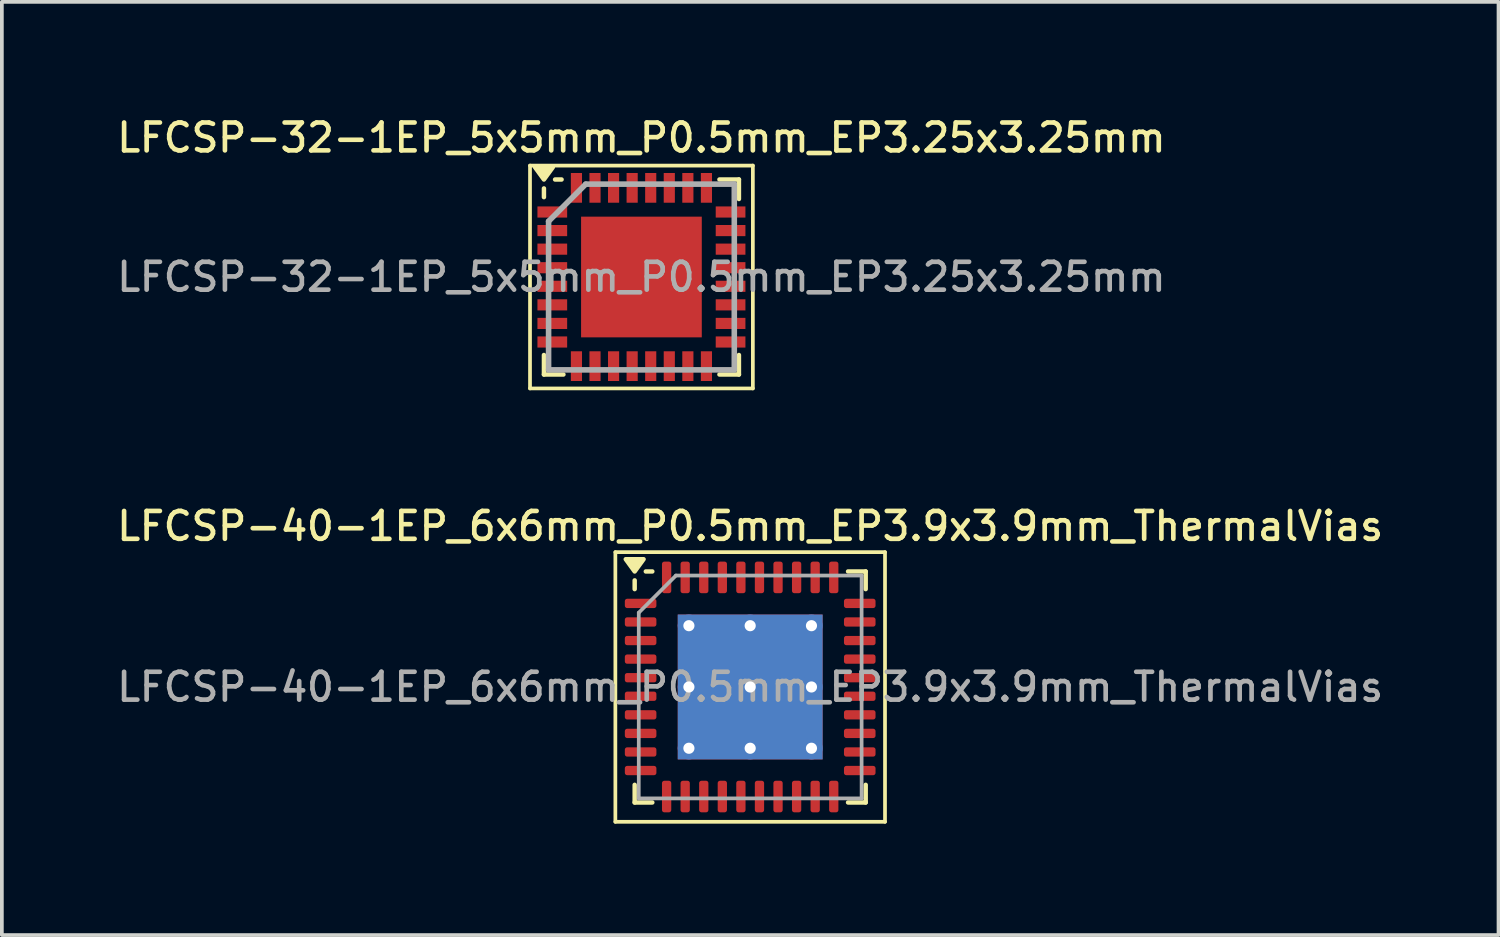
<source format=kicad_pcb>
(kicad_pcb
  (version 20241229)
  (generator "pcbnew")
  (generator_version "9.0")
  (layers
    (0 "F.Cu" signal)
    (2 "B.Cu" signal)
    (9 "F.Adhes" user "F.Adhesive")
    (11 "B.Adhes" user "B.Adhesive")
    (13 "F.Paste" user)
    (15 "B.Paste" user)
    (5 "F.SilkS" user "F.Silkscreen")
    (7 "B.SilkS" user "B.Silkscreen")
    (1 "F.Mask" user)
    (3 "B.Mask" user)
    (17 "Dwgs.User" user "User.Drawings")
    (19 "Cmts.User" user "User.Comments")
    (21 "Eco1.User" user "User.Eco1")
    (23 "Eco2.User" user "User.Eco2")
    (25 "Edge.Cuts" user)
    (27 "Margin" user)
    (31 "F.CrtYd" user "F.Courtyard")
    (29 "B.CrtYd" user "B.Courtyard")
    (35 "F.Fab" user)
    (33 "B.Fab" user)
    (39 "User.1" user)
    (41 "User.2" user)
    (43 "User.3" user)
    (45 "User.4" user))
  (footprint "LFCSP-40-1EP_6x6mm_P0.5mm_EP3.9x3.9mm_ThermalVias"
    (layer "F.Cu")
    (at 17.148 15.446)
    (property "Reference" "LFCSP-40-1EP_6x6mm_P0.5mm_EP3.9x3.9mm_ThermalVias" (at 0 -4.33 0) (layer "F.SilkS") (effects (font (size 0.75 0.75) (thickness 0.125))))
    (attr smd)
    (fp_line (start -3.63 -3.63) (end -3.63 3.63) (stroke (width 0.1) (type solid)) (layer "F.SilkS"))
    (fp_line (start -3.63 3.63) (end 3.63 3.63) (stroke (width 0.1) (type solid)) (layer "F.SilkS"))
    (fp_line (start -3.11 -2.635) (end -3.11 -2.87) (stroke (width 0.12) (type solid)) (layer "F.SilkS"))
    (fp_line (start -3.11 3.11) (end -3.11 2.635) (stroke (width 0.12) (type solid)) (layer "F.SilkS"))
    (fp_line (start -2.635 -3.11) (end -2.81 -3.11) (stroke (width 0.12) (type solid)) (layer "F.SilkS"))
    (fp_line (start -2.635 3.11) (end -3.11 3.11) (stroke (width 0.12) (type solid)) (layer "F.SilkS"))
    (fp_line (start 2.635 -3.11) (end 3.11 -3.11) (stroke (width 0.12) (type solid)) (layer "F.SilkS"))
    (fp_line (start 2.635 3.11) (end 3.11 3.11) (stroke (width 0.12) (type solid)) (layer "F.SilkS"))
    (fp_line (start 3.11 -3.11) (end 3.11 -2.635) (stroke (width 0.12) (type solid)) (layer "F.SilkS"))
    (fp_line (start 3.11 3.11) (end 3.11 2.635) (stroke (width 0.12) (type solid)) (layer "F.SilkS"))
    (fp_line (start 3.63 -3.63) (end -3.63 -3.63) (stroke (width 0.1) (type solid)) (layer "F.SilkS"))
    (fp_line (start 3.63 3.63) (end 3.63 -3.63) (stroke (width 0.1) (type solid)) (layer "F.SilkS"))
    (fp_poly (pts (xy -3.11 -3.11) (xy -3.35 -3.44) (xy -2.87 -3.44) (xy -3.11 -3.11)) (stroke (width 0.12) (type solid)) (fill yes) (layer "F.SilkS"))
    (fp_line (start -3 -2) (end -2 -3) (stroke (width 0.1) (type solid)) (layer "F.Fab"))
    (fp_line (start -3 3) (end -3 -2) (stroke (width 0.1) (type solid)) (layer "F.Fab"))
    (fp_line (start -2 -3) (end 3 -3) (stroke (width 0.1) (type solid)) (layer "F.Fab"))
    (fp_line (start 3 -3) (end 3 3) (stroke (width 0.1) (type solid)) (layer "F.Fab"))
    (fp_line (start 3 3) (end -3 3) (stroke (width 0.1) (type solid)) (layer "F.Fab"))
    (fp_text user "${REFERENCE}" (at 0 0 0) (layer "F.Fab") (effects (font (size 0.75 0.75) (thickness 0.125))))
    (pad "" smd custom (at -0.825 -0.825) (size 1.395 1.395) (layers "F.Paste") (options (anchor circle)) (primitives (gr_poly (pts (xy -0.579 -0.383) (xy -0.383 -0.579) (xy 0.383 -0.579) (xy 0.579 -0.383) (xy 0.579 0.383) (xy 0.383 0.579) (xy -0.383 0.579) (xy -0.579 0.383)) (width 0.474) (fill yes))))
    (pad "" smd custom (at -0.825 0.825) (size 1.395 1.395) (layers "F.Paste") (options (anchor circle)) (primitives (gr_poly (pts (xy -0.579 -0.383) (xy -0.383 -0.579) (xy 0.383 -0.579) (xy 0.579 -0.383) (xy 0.579 0.383) (xy 0.383 0.579) (xy -0.383 0.579) (xy -0.579 0.383)) (width 0.474) (fill yes))))
    (pad "" smd custom (at 0.825 -0.825) (size 1.395 1.395) (layers "F.Paste") (options (anchor circle)) (primitives (gr_poly (pts (xy -0.579 -0.383) (xy -0.383 -0.579) (xy 0.383 -0.579) (xy 0.579 -0.383) (xy 0.579 0.383) (xy 0.383 0.579) (xy -0.383 0.579) (xy -0.579 0.383)) (width 0.474) (fill yes))))
    (pad "" smd custom (at 0.825 0.825) (size 1.395 1.395) (layers "F.Paste") (options (anchor circle)) (primitives (gr_poly (pts (xy -0.579 -0.383) (xy -0.383 -0.579) (xy 0.383 -0.579) (xy 0.579 -0.383) (xy 0.579 0.383) (xy 0.383 0.579) (xy -0.383 0.579) (xy -0.579 0.383)) (width 0.474) (fill yes))))
    (pad "1" smd roundrect (at -2.95 -2.25) (size 0.85 0.25) (layers "F.Cu" "F.Mask" "F.Paste") (roundrect_rratio 0.25))
    (pad "2" smd roundrect (at -2.95 -1.75) (size 0.85 0.25) (layers "F.Cu" "F.Mask" "F.Paste") (roundrect_rratio 0.25))
    (pad "3" smd roundrect (at -2.95 -1.25) (size 0.85 0.25) (layers "F.Cu" "F.Mask" "F.Paste") (roundrect_rratio 0.25))
    (pad "4" smd roundrect (at -2.95 -0.75) (size 0.85 0.25) (layers "F.Cu" "F.Mask" "F.Paste") (roundrect_rratio 0.25))
    (pad "5" smd roundrect (at -2.95 -0.25) (size 0.85 0.25) (layers "F.Cu" "F.Mask" "F.Paste") (roundrect_rratio 0.25))
    (pad "6" smd roundrect (at -2.95 0.25) (size 0.85 0.25) (layers "F.Cu" "F.Mask" "F.Paste") (roundrect_rratio 0.25))
    (pad "7" smd roundrect (at -2.95 0.75) (size 0.85 0.25) (layers "F.Cu" "F.Mask" "F.Paste") (roundrect_rratio 0.25))
    (pad "8" smd roundrect (at -2.95 1.25) (size 0.85 0.25) (layers "F.Cu" "F.Mask" "F.Paste") (roundrect_rratio 0.25))
    (pad "9" smd roundrect (at -2.95 1.75) (size 0.85 0.25) (layers "F.Cu" "F.Mask" "F.Paste") (roundrect_rratio 0.25))
    (pad "10" smd roundrect (at -2.95 2.25) (size 0.85 0.25) (layers "F.Cu" "F.Mask" "F.Paste") (roundrect_rratio 0.25))
    (pad "11" smd roundrect (at -2.25 2.95) (size 0.25 0.85) (layers "F.Cu" "F.Mask" "F.Paste") (roundrect_rratio 0.25))
    (pad "12" smd roundrect (at -1.75 2.95) (size 0.25 0.85) (layers "F.Cu" "F.Mask" "F.Paste") (roundrect_rratio 0.25))
    (pad "13" smd roundrect (at -1.25 2.95) (size 0.25 0.85) (layers "F.Cu" "F.Mask" "F.Paste") (roundrect_rratio 0.25))
    (pad "14" smd roundrect (at -0.75 2.95) (size 0.25 0.85) (layers "F.Cu" "F.Mask" "F.Paste") (roundrect_rratio 0.25))
    (pad "15" smd roundrect (at -0.25 2.95) (size 0.25 0.85) (layers "F.Cu" "F.Mask" "F.Paste") (roundrect_rratio 0.25))
    (pad "16" smd roundrect (at 0.25 2.95) (size 0.25 0.85) (layers "F.Cu" "F.Mask" "F.Paste") (roundrect_rratio 0.25))
    (pad "17" smd roundrect (at 0.75 2.95) (size 0.25 0.85) (layers "F.Cu" "F.Mask" "F.Paste") (roundrect_rratio 0.25))
    (pad "18" smd roundrect (at 1.25 2.95) (size 0.25 0.85) (layers "F.Cu" "F.Mask" "F.Paste") (roundrect_rratio 0.25))
    (pad "19" smd roundrect (at 1.75 2.95) (size 0.25 0.85) (layers "F.Cu" "F.Mask" "F.Paste") (roundrect_rratio 0.25))
    (pad "20" smd roundrect (at 2.25 2.95) (size 0.25 0.85) (layers "F.Cu" "F.Mask" "F.Paste") (roundrect_rratio 0.25))
    (pad "21" smd roundrect (at 2.95 2.25) (size 0.85 0.25) (layers "F.Cu" "F.Mask" "F.Paste") (roundrect_rratio 0.25))
    (pad "22" smd roundrect (at 2.95 1.75) (size 0.85 0.25) (layers "F.Cu" "F.Mask" "F.Paste") (roundrect_rratio 0.25))
    (pad "23" smd roundrect (at 2.95 1.25) (size 0.85 0.25) (layers "F.Cu" "F.Mask" "F.Paste") (roundrect_rratio 0.25))
    (pad "24" smd roundrect (at 2.95 0.75) (size 0.85 0.25) (layers "F.Cu" "F.Mask" "F.Paste") (roundrect_rratio 0.25))
    (pad "25" smd roundrect (at 2.95 0.25) (size 0.85 0.25) (layers "F.Cu" "F.Mask" "F.Paste") (roundrect_rratio 0.25))
    (pad "26" smd roundrect (at 2.95 -0.25) (size 0.85 0.25) (layers "F.Cu" "F.Mask" "F.Paste") (roundrect_rratio 0.25))
    (pad "27" smd roundrect (at 2.95 -0.75) (size 0.85 0.25) (layers "F.Cu" "F.Mask" "F.Paste") (roundrect_rratio 0.25))
    (pad "28" smd roundrect (at 2.95 -1.25) (size 0.85 0.25) (layers "F.Cu" "F.Mask" "F.Paste") (roundrect_rratio 0.25))
    (pad "29" smd roundrect (at 2.95 -1.75) (size 0.85 0.25) (layers "F.Cu" "F.Mask" "F.Paste") (roundrect_rratio 0.25))
    (pad "30" smd roundrect (at 2.95 -2.25) (size 0.85 0.25) (layers "F.Cu" "F.Mask" "F.Paste") (roundrect_rratio 0.25))
    (pad "31" smd roundrect (at 2.25 -2.95) (size 0.25 0.85) (layers "F.Cu" "F.Mask" "F.Paste") (roundrect_rratio 0.25))
    (pad "32" smd roundrect (at 1.75 -2.95) (size 0.25 0.85) (layers "F.Cu" "F.Mask" "F.Paste") (roundrect_rratio 0.25))
    (pad "33" smd roundrect (at 1.25 -2.95) (size 0.25 0.85) (layers "F.Cu" "F.Mask" "F.Paste") (roundrect_rratio 0.25))
    (pad "34" smd roundrect (at 0.75 -2.95) (size 0.25 0.85) (layers "F.Cu" "F.Mask" "F.Paste") (roundrect_rratio 0.25))
    (pad "35" smd roundrect (at 0.25 -2.95) (size 0.25 0.85) (layers "F.Cu" "F.Mask" "F.Paste") (roundrect_rratio 0.25))
    (pad "36" smd roundrect (at -0.25 -2.95) (size 0.25 0.85) (layers "F.Cu" "F.Mask" "F.Paste") (roundrect_rratio 0.25))
    (pad "37" smd roundrect (at -0.75 -2.95) (size 0.25 0.85) (layers "F.Cu" "F.Mask" "F.Paste") (roundrect_rratio 0.25))
    (pad "38" smd roundrect (at -1.25 -2.95) (size 0.25 0.85) (layers "F.Cu" "F.Mask" "F.Paste") (roundrect_rratio 0.25))
    (pad "39" smd roundrect (at -1.75 -2.95) (size 0.25 0.85) (layers "F.Cu" "F.Mask" "F.Paste") (roundrect_rratio 0.25))
    (pad "40" smd roundrect (at -2.25 -2.95) (size 0.25 0.85) (layers "F.Cu" "F.Mask" "F.Paste") (roundrect_rratio 0.25))
    (pad "41" thru_hole circle (at -1.65 -1.65) (size 0.6 0.6) (drill 0.3) (property pad_prop_heatsink) (layers "*.Cu"))
    (pad "41" thru_hole circle (at -1.65 0) (size 0.6 0.6) (drill 0.3) (property pad_prop_heatsink) (layers "*.Cu"))
    (pad "41" thru_hole circle (at -1.65 1.65) (size 0.6 0.6) (drill 0.3) (property pad_prop_heatsink) (layers "*.Cu"))
    (pad "41" thru_hole circle (at 0 -1.65) (size 0.6 0.6) (drill 0.3) (property pad_prop_heatsink) (layers "*.Cu"))
    (pad "41" thru_hole circle (at 0 0) (size 0.6 0.6) (drill 0.3) (property pad_prop_heatsink) (layers "*.Cu"))
    (pad "41" smd rect (at 0 0) (size 3.9 3.9) (property pad_prop_heatsink) (layers "F.Cu" "F.Mask"))
    (pad "41" smd rect (at 0 0) (size 3.9 3.9) (property pad_prop_heatsink) (layers "B.Cu"))
    (pad "41" thru_hole circle (at 0 1.65) (size 0.6 0.6) (drill 0.3) (property pad_prop_heatsink) (layers "*.Cu"))
    (pad "41" thru_hole circle (at 1.65 -1.65) (size 0.6 0.6) (drill 0.3) (property pad_prop_heatsink) (layers "*.Cu"))
    (pad "41" thru_hole circle (at 1.65 0) (size 0.6 0.6) (drill 0.3) (property pad_prop_heatsink) (layers "*.Cu"))
    (pad "41" thru_hole circle (at 1.65 1.65) (size 0.6 0.6) (drill 0.3) (property pad_prop_heatsink) (layers "*.Cu")))
  (footprint "LFCSP-32-1EP_5x5mm_P0.5mm_EP3.25x3.25mm"
    (layer "F.Cu")
    (at 14.22 4.408)
    (property "Reference" "LFCSP-32-1EP_5x5mm_P0.5mm_EP3.25x3.25mm" (at 0 -3.75 0) (layer "F.SilkS") (effects (font (size 0.75 0.75) (thickness 0.125))))
    (attr smd)
    (fp_line (start -3 -3) (end -3 3) (stroke (width 0.1) (type solid)) (layer "F.SilkS"))
    (fp_line (start -3 -3) (end 3 -3) (stroke (width 0.1) (type solid)) (layer "F.SilkS"))
    (fp_line (start -3 3) (end 3 3) (stroke (width 0.1) (type solid)) (layer "F.SilkS"))
    (fp_line (start -2.625 -2.15) (end -2.625 -2.385) (stroke (width 0.12) (type solid)) (layer "F.SilkS"))
    (fp_line (start -2.625 2.625) (end -2.625 2.1) (stroke (width 0.12) (type solid)) (layer "F.SilkS"))
    (fp_line (start -2.625 2.625) (end -2.1 2.625) (stroke (width 0.12) (type solid)) (layer "F.SilkS"))
    (fp_line (start -2.15 -2.625) (end -2.325 -2.625) (stroke (width 0.12) (type solid)) (layer "F.SilkS"))
    (fp_line (start 2.625 -2.625) (end 2.1 -2.625) (stroke (width 0.12) (type solid)) (layer "F.SilkS"))
    (fp_line (start 2.625 -2.625) (end 2.625 -2.1) (stroke (width 0.12) (type solid)) (layer "F.SilkS"))
    (fp_line (start 2.625 2.625) (end 2.1 2.625) (stroke (width 0.12) (type solid)) (layer "F.SilkS"))
    (fp_line (start 2.625 2.625) (end 2.625 2.1) (stroke (width 0.12) (type solid)) (layer "F.SilkS"))
    (fp_line (start 3 -3) (end 3 3) (stroke (width 0.1) (type solid)) (layer "F.SilkS"))
    (fp_poly (pts (xy -2.625 -2.625) (xy -2.865 -2.955) (xy -2.385 -2.955) (xy -2.625 -2.625)) (stroke (width 0.12) (type solid)) (fill yes) (layer "F.SilkS"))
    (fp_line (start -2.5 -1.5) (end -1.5 -2.5) (stroke (width 0.15) (type solid)) (layer "F.Fab"))
    (fp_line (start -2.5 2.5) (end -2.5 -1.5) (stroke (width 0.15) (type solid)) (layer "F.Fab"))
    (fp_line (start -1.5 -2.5) (end 2.5 -2.5) (stroke (width 0.15) (type solid)) (layer "F.Fab"))
    (fp_line (start 2.5 -2.5) (end 2.5 2.5) (stroke (width 0.15) (type solid)) (layer "F.Fab"))
    (fp_line (start 2.5 2.5) (end -2.5 2.5) (stroke (width 0.15) (type solid)) (layer "F.Fab"))
    (fp_text user "${REFERENCE}" (at 0 0 0) (layer "F.Fab") (effects (font (size 0.75 0.75) (thickness 0.125))))
    (pad "" smd rect (at -0.8 -0.8) (size 1.3 1.3) (layers "F.Paste"))
    (pad "" smd rect (at -0.8 0.8) (size 1.3 1.3) (layers "F.Paste"))
    (pad "" smd rect (at 0.8 -0.8) (size 1.3 1.3) (layers "F.Paste"))
    (pad "" smd rect (at 0.8 0.8) (size 1.3 1.3) (layers "F.Paste"))
    (pad "1" smd rect (at -2.4 -1.75) (size 0.8 0.3) (layers "F.Cu" "F.Mask" "F.Paste"))
    (pad "2" smd rect (at -2.4 -1.25) (size 0.8 0.3) (layers "F.Cu" "F.Mask" "F.Paste"))
    (pad "3" smd rect (at -2.4 -0.75) (size 0.8 0.3) (layers "F.Cu" "F.Mask" "F.Paste"))
    (pad "4" smd rect (at -2.4 -0.25) (size 0.8 0.3) (layers "F.Cu" "F.Mask" "F.Paste"))
    (pad "5" smd rect (at -2.4 0.25) (size 0.8 0.3) (layers "F.Cu" "F.Mask" "F.Paste"))
    (pad "6" smd rect (at -2.4 0.75) (size 0.8 0.3) (layers "F.Cu" "F.Mask" "F.Paste"))
    (pad "7" smd rect (at -2.4 1.25) (size 0.8 0.3) (layers "F.Cu" "F.Mask" "F.Paste"))
    (pad "8" smd rect (at -2.4 1.75) (size 0.8 0.3) (layers "F.Cu" "F.Mask" "F.Paste"))
    (pad "9" smd rect (at -1.75 2.4 90) (size 0.8 0.3) (layers "F.Cu" "F.Mask" "F.Paste"))
    (pad "10" smd rect (at -1.25 2.4 90) (size 0.8 0.3) (layers "F.Cu" "F.Mask" "F.Paste"))
    (pad "11" smd rect (at -0.75 2.4 90) (size 0.8 0.3) (layers "F.Cu" "F.Mask" "F.Paste"))
    (pad "12" smd rect (at -0.25 2.4 90) (size 0.8 0.3) (layers "F.Cu" "F.Mask" "F.Paste"))
    (pad "13" smd rect (at 0.25 2.4 90) (size 0.8 0.3) (layers "F.Cu" "F.Mask" "F.Paste"))
    (pad "14" smd rect (at 0.75 2.4 90) (size 0.8 0.3) (layers "F.Cu" "F.Mask" "F.Paste"))
    (pad "15" smd rect (at 1.25 2.4 90) (size 0.8 0.3) (layers "F.Cu" "F.Mask" "F.Paste"))
    (pad "16" smd rect (at 1.75 2.4 90) (size 0.8 0.3) (layers "F.Cu" "F.Mask" "F.Paste"))
    (pad "17" smd rect (at 2.4 1.75) (size 0.8 0.3) (layers "F.Cu" "F.Mask" "F.Paste"))
    (pad "18" smd rect (at 2.4 1.25) (size 0.8 0.3) (layers "F.Cu" "F.Mask" "F.Paste"))
    (pad "19" smd rect (at 2.4 0.75) (size 0.8 0.3) (layers "F.Cu" "F.Mask" "F.Paste"))
    (pad "20" smd rect (at 2.4 0.25) (size 0.8 0.3) (layers "F.Cu" "F.Mask" "F.Paste"))
    (pad "21" smd rect (at 2.4 -0.25) (size 0.8 0.3) (layers "F.Cu" "F.Mask" "F.Paste"))
    (pad "22" smd rect (at 2.4 -0.75) (size 0.8 0.3) (layers "F.Cu" "F.Mask" "F.Paste"))
    (pad "23" smd rect (at 2.4 -1.25) (size 0.8 0.3) (layers "F.Cu" "F.Mask" "F.Paste"))
    (pad "24" smd rect (at 2.4 -1.75) (size 0.8 0.3) (layers "F.Cu" "F.Mask" "F.Paste"))
    (pad "25" smd rect (at 1.75 -2.4 90) (size 0.8 0.3) (layers "F.Cu" "F.Mask" "F.Paste"))
    (pad "26" smd rect (at 1.25 -2.4 90) (size 0.8 0.3) (layers "F.Cu" "F.Mask" "F.Paste"))
    (pad "27" smd rect (at 0.75 -2.4 90) (size 0.8 0.3) (layers "F.Cu" "F.Mask" "F.Paste"))
    (pad "28" smd rect (at 0.25 -2.4 90) (size 0.8 0.3) (layers "F.Cu" "F.Mask" "F.Paste"))
    (pad "29" smd rect (at -0.25 -2.4 90) (size 0.8 0.3) (layers "F.Cu" "F.Mask" "F.Paste"))
    (pad "30" smd rect (at -0.75 -2.4 90) (size 0.8 0.3) (layers "F.Cu" "F.Mask" "F.Paste"))
    (pad "31" smd rect (at -1.25 -2.4 90) (size 0.8 0.3) (layers "F.Cu" "F.Mask" "F.Paste"))
    (pad "32" smd rect (at -1.75 -2.4 90) (size 0.8 0.3) (layers "F.Cu" "F.Mask" "F.Paste"))
    (pad "33" smd rect (at 0 0) (size 3.25 3.25) (layers "F.Cu" "F.Mask")))
  (gr_rect
    (start -3 -3)
    (end 37.296 22.126)
    (stroke (width 0.1) (type default))
    (fill no)
    (layer "Edge.Cuts")))
</source>
